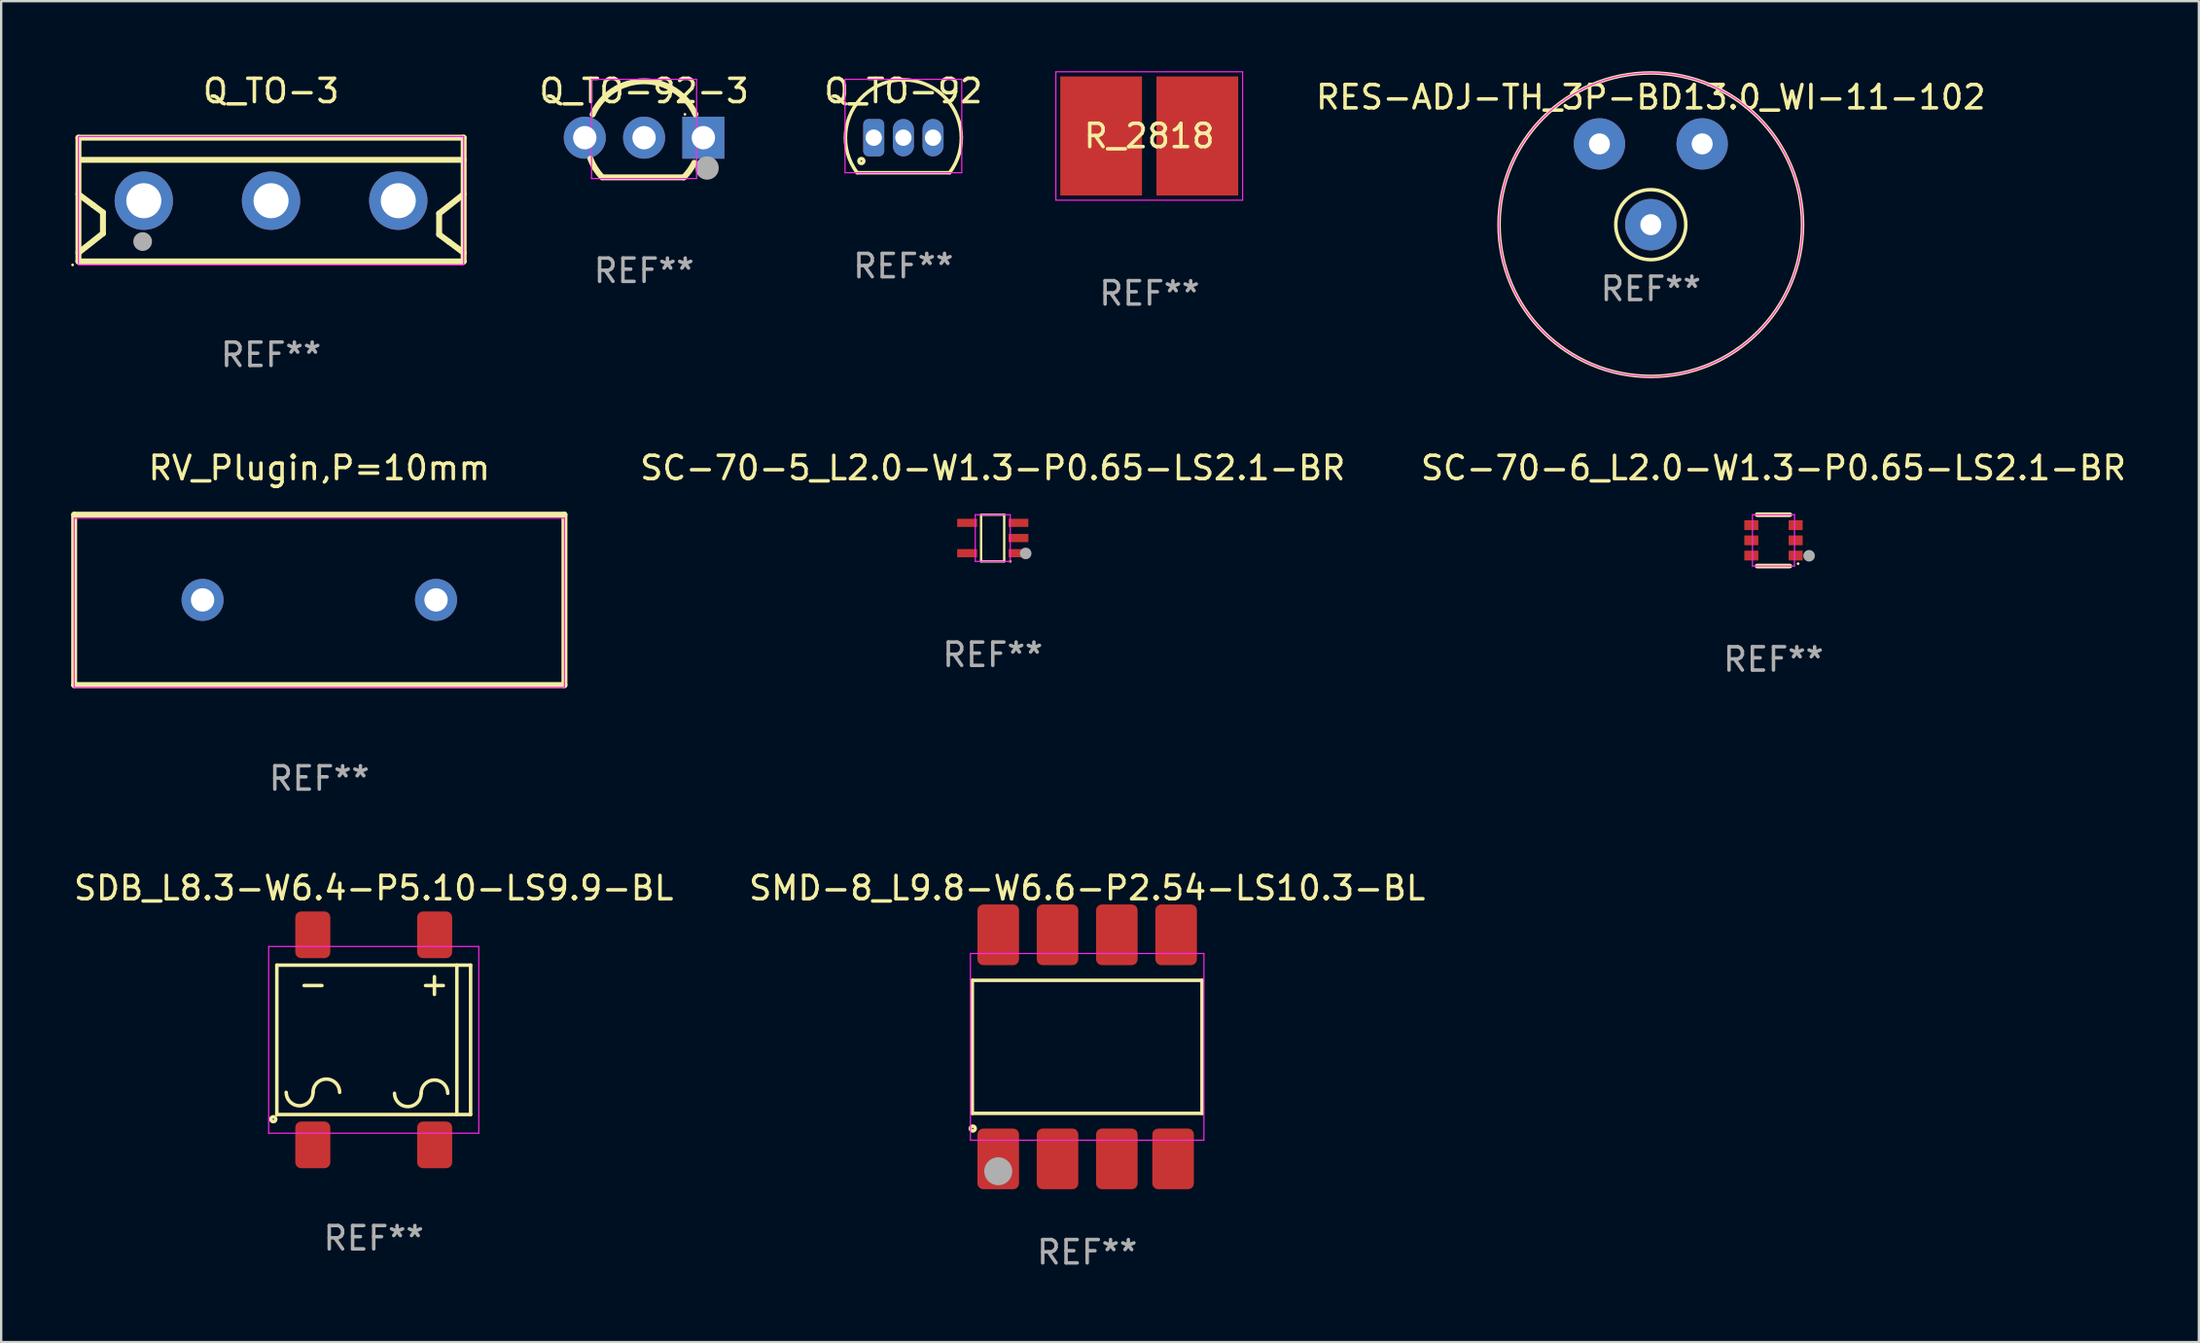
<source format=kicad_pcb>
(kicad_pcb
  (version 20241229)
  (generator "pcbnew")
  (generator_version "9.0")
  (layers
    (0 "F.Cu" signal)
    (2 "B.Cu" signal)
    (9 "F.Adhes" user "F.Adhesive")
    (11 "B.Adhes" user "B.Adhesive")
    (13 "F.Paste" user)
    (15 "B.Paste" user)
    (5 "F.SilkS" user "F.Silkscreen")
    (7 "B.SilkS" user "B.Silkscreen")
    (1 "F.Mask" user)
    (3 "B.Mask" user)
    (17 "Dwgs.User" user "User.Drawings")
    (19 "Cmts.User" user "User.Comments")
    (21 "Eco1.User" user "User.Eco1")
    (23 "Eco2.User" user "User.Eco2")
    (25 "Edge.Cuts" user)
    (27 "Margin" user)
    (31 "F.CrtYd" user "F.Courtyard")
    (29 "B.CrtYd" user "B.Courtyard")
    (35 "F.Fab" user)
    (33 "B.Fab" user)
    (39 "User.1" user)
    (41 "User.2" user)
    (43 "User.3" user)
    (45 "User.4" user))
  (footprint "SC-70-5_L2.0-W1.3-P0.65-LS2.1-BR"
    (layer "F.Cu")
    (at 39.474 19.998)
    (property "Reference" "SC-70-5_L2.0-W1.3-P0.65-LS2.1-BR" (at 0 -3 0) (layer "F.SilkS") (effects (font (size 1 1) (thickness 0.15))))
    (attr smd)
    (fp_line (start -0.5 -0.99) (end -0.5 1) (stroke (width 0.1) (type solid)) (layer "F.SilkS"))
    (fp_line (start -0.5 1) (end 0.49 1) (stroke (width 0.1) (type solid)) (layer "F.SilkS"))
    (fp_line (start -0.49 -1) (end -0.5 -0.99) (stroke (width 0.1) (type solid)) (layer "F.SilkS"))
    (fp_line (start 0.49 -1) (end -0.49 -1) (stroke (width 0.1) (type solid)) (layer "F.SilkS"))
    (fp_line (start 0.49 1) (end 0.49 -1) (stroke (width 0.1) (type solid)) (layer "F.SilkS"))
    (fp_circle (center 0.75 1) (end 0.78 1) (stroke (width 0.06) (type solid)) (fill no) (layer "F.SilkS"))
    (fp_line (start -0.75 -1) (end 0.75 -1) (stroke (width 0.05) (type default)) (layer "F.CrtYd"))
    (fp_line (start -0.75 1) (end -0.75 -1) (stroke (width 0.05) (type default)) (layer "F.CrtYd"))
    (fp_line (start 0.75 -1) (end 0.75 1) (stroke (width 0.05) (type default)) (layer "F.CrtYd"))
    (fp_line (start 0.75 1) (end -0.75 1) (stroke (width 0.05) (type default)) (layer "F.CrtYd"))
    (fp_circle (center 1.41 0.66) (end 1.535 0.66) (stroke (width 0.25) (type solid)) (fill no) (layer "F.Fab"))
    (fp_text user "REF**" (at 0 5 0) (layer "F.Fab") (effects (font (size 1 1) (thickness 0.15))))
    (pad "1" smd rect (at 1.1 0.65 90) (size 0.35 0.85) (layers "F.Cu" "F.Mask" "F.Paste"))
    (pad "2" smd rect (at 1.1 0 90) (size 0.35 0.85) (layers "F.Cu" "F.Mask" "F.Paste"))
    (pad "3" smd rect (at 1.1 -0.65 90) (size 0.35 0.85) (layers "F.Cu" "F.Mask" "F.Paste"))
    (pad "4" smd rect (at -1.1 -0.65 90) (size 0.35 0.85) (layers "F.Cu" "F.Mask" "F.Paste"))
    (pad "5" smd rect (at -1.1 0.65 90) (size 0.35 0.85) (layers "F.Cu" "F.Mask" "F.Paste")))
  (footprint "SMD-8_L9.8-W6.6-P2.54-LS10.3-BL"
    (layer "F.Cu")
    (at 43.518 41.795)
    (property "Reference" "SMD-8_L9.8-W6.6-P2.54-LS10.3-BL" (at 0 -6.8 0) (layer "F.SilkS") (effects (font (size 1 1) (thickness 0.15))))
    (attr smd)
    (fp_line (start -4.92 -2.85) (end 4.92 -2.85) (stroke (width 0.15) (type solid)) (layer "F.SilkS"))
    (fp_line (start -4.92 2.85) (end -4.92 -2.85) (stroke (width 0.15) (type solid)) (layer "F.SilkS"))
    (fp_line (start 4.92 -2.85) (end 4.92 2.85) (stroke (width 0.15) (type solid)) (layer "F.SilkS"))
    (fp_line (start 4.92 2.85) (end -4.92 2.85) (stroke (width 0.15) (type solid)) (layer "F.SilkS"))
    (fp_circle (center -4.9 3.5) (end -4.87 3.5) (stroke (width 0.15) (type solid)) (fill no) (layer "F.SilkS"))
    (fp_line (start -5 -4) (end -5 4) (stroke (width 0.05) (type default)) (layer "F.CrtYd"))
    (fp_line (start -5 4) (end 5 4) (stroke (width 0.05) (type default)) (layer "F.CrtYd"))
    (fp_line (start 5 -4) (end -5 -4) (stroke (width 0.05) (type default)) (layer "F.CrtYd"))
    (fp_line (start 5 4) (end 5 -4) (stroke (width 0.05) (type default)) (layer "F.CrtYd"))
    (fp_circle (center -3.81 5.33) (end -3.51 5.33) (stroke (width 0.6) (type solid)) (fill no) (layer "F.Fab"))
    (fp_text user "REF**" (at 0 8.8 0) (layer "F.Fab") (effects (font (size 1 1) (thickness 0.15))))
    (pad "1" smd roundrect (at -3.81 4.8) (size 1.78 2.6) (layers "F.Cu" "F.Mask" "F.Paste") (roundrect_rratio 0.14))
    (pad "2" smd roundrect (at -1.27 4.8) (size 1.78 2.6) (layers "F.Cu" "F.Mask" "F.Paste") (roundrect_rratio 0.14))
    (pad "3" smd roundrect (at 1.27 4.8) (size 1.78 2.6) (layers "F.Cu" "F.Mask" "F.Paste") (roundrect_rratio 0.14))
    (pad "4" smd roundrect (at 3.68 4.8) (size 1.78 2.6) (layers "F.Cu" "F.Mask" "F.Paste") (roundrect_rratio 0.14))
    (pad "5" smd roundrect (at 3.81 -4.8) (size 1.78 2.6) (layers "F.Cu" "F.Mask" "F.Paste") (roundrect_rratio 0.14))
    (pad "6" smd roundrect (at 1.27 -4.8) (size 1.78 2.6) (layers "F.Cu" "F.Mask" "F.Paste") (roundrect_rratio 0.14))
    (pad "7" smd roundrect (at -1.27 -4.8) (size 1.78 2.6) (layers "F.Cu" "F.Mask" "F.Paste") (roundrect_rratio 0.14))
    (pad "8" smd roundrect (at -3.81 -4.8) (size 1.78 2.6) (layers "F.Cu" "F.Mask" "F.Paste") (roundrect_rratio 0.14)))
  (footprint "Q_TO-92-3"
    (layer "F.Cu")
    (at 24.538 2.848)
    (property "Reference" "Q_TO-92-3" (at 0 -2 0) (layer "F.SilkS") (effects (font (size 1 1) (thickness 0.15))))
    (attr through_hole)
    (fp_line (start -1.781 1.7) (end 1.7 1.7) (stroke (width 0.254) (type solid)) (layer "F.SilkS"))
    (fp_arc (start -2.203759 -0.991694) (mid -0.004559 -2.416604) (end 2.2 -1) (stroke (width 0.254) (type solid)) (layer "F.SilkS"))
    (fp_arc (start -1.798527 1.692736) (mid -2.087244 1.320394) (end -2.3 0.9) (stroke (width 0.254) (type solid)) (layer "F.SilkS"))
    (fp_arc (start 2.150343 1.075184) (mid 1.950355 1.405743) (end 1.7 1.7) (stroke (width 0.254) (type solid)) (layer "F.SilkS"))
    (fp_circle (center 1.75 -1) (end 1.78 -1) (stroke (width 0.06) (type solid)) (fill no) (layer "F.SilkS"))
    (fp_line (start -2.25 -2.5) (end -2.25 1.75) (stroke (width 0.05) (type default)) (layer "F.CrtYd"))
    (fp_line (start -2.25 1.75) (end 2.25 1.75) (stroke (width 0.05) (type default)) (layer "F.CrtYd"))
    (fp_line (start 2.25 -2.5) (end -2.25 -2.5) (stroke (width 0.05) (type default)) (layer "F.CrtYd"))
    (fp_line (start 2.25 1.75) (end 2.25 -2.5) (stroke (width 0.05) (type default)) (layer "F.CrtYd"))
    (fp_circle (center 2.7 1.3) (end 2.95 1.3) (stroke (width 0.5) (type solid)) (fill no) (layer "F.Fab"))
    (fp_text user "REF**" (at 0 5.7 0) (layer "F.Fab") (effects (font (size 1 1) (thickness 0.15))))
    (pad "1" thru_hole rect (at 2.54 0 270) (size 1.8 1.8) (drill 1) (layers "*.Cu" "*.Mask"))
    (pad "2" thru_hole circle (at 0 0) (size 1.8 1.8) (drill 1) (layers "*.Cu" "*.Mask"))
    (pad "3" thru_hole circle (at -2.54 0) (size 1.8 1.8) (drill 1) (layers "*.Cu" "*.Mask")))
  (footprint "SC-70-6_L2.0-W1.3-P0.65-LS2.1-BR"
    (layer "F.Cu")
    (at 72.915 20.098)
    (property "Reference" "SC-70-6_L2.0-W1.3-P0.65-LS2.1-BR" (at 0 -3.1 0) (layer "F.SilkS") (effects (font (size 1 1) (thickness 0.15))))
    (attr smd)
    (fp_line (start -0.7 -1.1) (end 0.7 -1.1) (stroke (width 0.2) (type solid)) (layer "F.SilkS"))
    (fp_line (start -0.7 1.1) (end 0.7 1.1) (stroke (width 0.2) (type solid)) (layer "F.SilkS"))
    (fp_circle (center 1.053 1) (end 1.083 1) (stroke (width 0.06) (type solid)) (fill no) (layer "F.SilkS"))
    (fp_line (start -0.9 -1.1) (end 0.9 -1.1) (stroke (width 0.05) (type default)) (layer "F.CrtYd"))
    (fp_line (start -0.9 1.1) (end -0.9 -1.1) (stroke (width 0.05) (type default)) (layer "F.CrtYd"))
    (fp_line (start 0.9 -1.1) (end 0.9 1.1) (stroke (width 0.05) (type default)) (layer "F.CrtYd"))
    (fp_line (start 0.9 1.1) (end -0.9 1.1) (stroke (width 0.05) (type default)) (layer "F.CrtYd"))
    (fp_circle (center 1.524 0.66) (end 1.649 0.66) (stroke (width 0.25) (type solid)) (fill no) (layer "F.Fab"))
    (fp_text user "REF**" (at 0 5.1 0) (layer "F.Fab") (effects (font (size 1 1) (thickness 0.15))))
    (pad "1" smd rect (at 0.95 0.65 90) (size 0.42 0.6) (layers "F.Cu" "F.Mask" "F.Paste"))
    (pad "2" smd rect (at 0.95 0 90) (size 0.42 0.6) (layers "F.Cu" "F.Mask" "F.Paste"))
    (pad "3" smd rect (at 0.95 -0.65 90) (size 0.42 0.6) (layers "F.Cu" "F.Mask" "F.Paste"))
    (pad "4" smd rect (at -0.95 -0.65 270) (size 0.42 0.6) (layers "F.Cu" "F.Mask" "F.Paste"))
    (pad "5" smd rect (at -0.95 0 270) (size 0.42 0.6) (layers "F.Cu" "F.Mask" "F.Paste"))
    (pad "6" smd rect (at -0.95 0.65 270) (size 0.42 0.6) (layers "F.Cu" "F.Mask" "F.Paste")))
  (footprint "Q_TO-3"
    (layer "F.Cu")
    (at 8.56 5.548)
    (property "Reference" "Q_TO-3" (at 0 -4.7 0) (layer "F.SilkS") (effects (font (size 1 1) (thickness 0.15))))
    (attr through_hole)
    (fp_line (start -8.25 -2.7) (end 8.25 -2.7) (stroke (width 0.254) (type solid)) (layer "F.SilkS"))
    (fp_line (start -8.25 2.601) (end -8.25 -2.7) (stroke (width 0.254) (type solid)) (layer "F.SilkS"))
    (fp_line (start -8.249 -0.278) (end -7.625 0.187) (stroke (width 0.254) (type solid)) (layer "F.SilkS"))
    (fp_line (start -8.1 -1.75) (end 8.25 -1.75) (stroke (width 0.254) (type solid)) (layer "F.SilkS"))
    (fp_line (start -7.625 0.187) (end -7.2 0.502) (stroke (width 0.254) (type solid)) (layer "F.SilkS"))
    (fp_line (start -7.2 0.502) (end -7.2 1.401) (stroke (width 0.254) (type solid)) (layer "F.SilkS"))
    (fp_line (start -7.2 1.401) (end -8.249 2.229) (stroke (width 0.254) (type solid)) (layer "F.SilkS"))
    (fp_line (start 7.201 0.548) (end 8.249 -0.279) (stroke (width 0.254) (type solid)) (layer "F.SilkS"))
    (fp_line (start 7.201 1.447) (end 7.201 0.548) (stroke (width 0.254) (type solid)) (layer "F.SilkS"))
    (fp_line (start 7.625 1.762) (end 7.201 1.447) (stroke (width 0.254) (type solid)) (layer "F.SilkS"))
    (fp_line (start 8.249 2.227) (end 7.625 1.762) (stroke (width 0.254) (type solid)) (layer "F.SilkS"))
    (fp_line (start 8.25 -2.7) (end 8.25 2.601) (stroke (width 0.254) (type solid)) (layer "F.SilkS"))
    (fp_line (start 8.25 2.601) (end -8.25 2.601) (stroke (width 0.254) (type solid)) (layer "F.SilkS"))
    (fp_circle (center -8.5 2.75) (end -8.47 2.75) (stroke (width 0.06) (type solid)) (fill no) (layer "F.SilkS"))
    (fp_line (start -8.25 -2.75) (end 8.25 -2.75) (stroke (width 0.05) (type default)) (layer "F.CrtYd"))
    (fp_line (start -8.25 2.75) (end -8.25 -2.75) (stroke (width 0.05) (type default)) (layer "F.CrtYd"))
    (fp_line (start 8.25 -2.75) (end 8.25 2.75) (stroke (width 0.05) (type default)) (layer "F.CrtYd"))
    (fp_line (start 8.25 2.75) (end -8.25 2.75) (stroke (width 0.05) (type default)) (layer "F.CrtYd"))
    (fp_circle (center -5.5 1.75) (end -5.3 1.75) (stroke (width 0.4) (type solid)) (fill no) (layer "F.Fab"))
    (fp_text user "REF**" (at 0 6.601 0) (layer "F.Fab") (effects (font (size 1 1) (thickness 0.15))))
    (pad "1" thru_hole circle (at -5.45 0) (size 2.5 2.5) (drill 1.5) (layers "*.Cu" "*.Mask"))
    (pad "2" thru_hole circle (at 0 0) (size 2.5 2.5) (drill 1.5) (layers "*.Cu" "*.Mask"))
    (pad "3" thru_hole circle (at 5.45 0) (size 2.5 2.5) (drill 1.5) (layers "*.Cu" "*.Mask")))
  (footprint "SDB_L8.3-W6.4-P5.10-LS9.9-BL"
    (layer "F.Cu")
    (at 12.958 41.495)
    (property "Reference" "SDB_L8.3-W6.4-P5.10-LS9.9-BL" (at 0 -6.5 0) (layer "F.SilkS") (effects (font (size 1 1) (thickness 0.15))))
    (attr smd)
    (fp_line (start -4.15 -3.2) (end -4.15 3.2) (stroke (width 0.15) (type solid)) (layer "F.SilkS"))
    (fp_line (start -4.15 -3.2) (end 4.15 -3.2) (stroke (width 0.15) (type solid)) (layer "F.SilkS"))
    (fp_line (start -4.15 3.2) (end 4.15 3.2) (stroke (width 0.15) (type solid)) (layer "F.SilkS"))
    (fp_line (start 3.56 -3.2) (end 3.56 3.2) (stroke (width 0.15) (type solid)) (layer "F.SilkS"))
    (fp_line (start 4.15 -3.2) (end 4.15 3.2) (stroke (width 0.15) (type solid)) (layer "F.SilkS"))
    (fp_arc (start -2.6 2.25) (mid -3.175 2.825) (end -3.75 2.25) (stroke (width 0.15) (type solid)) (layer "F.SilkS"))
    (fp_arc (start -2.6 2.25) (mid -2.03 1.68) (end -1.46 2.25) (stroke (width 0.15) (type solid)) (layer "F.SilkS"))
    (fp_arc (start 2.03 2.29) (mid 1.46 2.86) (end 0.89 2.29) (stroke (width 0.15) (type solid)) (layer "F.SilkS"))
    (fp_arc (start 2.03 2.29) (mid 2.6 1.72) (end 3.17 2.29) (stroke (width 0.15) (type solid)) (layer "F.SilkS"))
    (fp_circle (center -4.3 3.4) (end -4.27 3.4) (stroke (width 0.15) (type solid)) (fill no) (layer "F.SilkS"))
    (fp_line (start -4.5 -4) (end 4.5 -4) (stroke (width 0.05) (type default)) (layer "F.CrtYd"))
    (fp_line (start -4.5 4) (end -4.5 -4) (stroke (width 0.05) (type default)) (layer "F.CrtYd"))
    (fp_line (start 4.5 -4) (end 4.5 4) (stroke (width 0.05) (type default)) (layer "F.CrtYd"))
    (fp_line (start 4.5 4) (end -4.5 4) (stroke (width 0.05) (type default)) (layer "F.CrtYd"))
    (fp_text user "-" (at -2.6 -2.4 0) (layer "F.SilkS") (effects (font (size 1 1) (thickness 0.15))))
    (fp_text user "+" (at 2.6 -2.4 0) (layer "F.SilkS") (effects (font (size 1 1) (thickness 0.15))))
    (fp_text user "REF**" (at 0 8.5 0) (layer "F.Fab") (effects (font (size 1 1) (thickness 0.15))))
    (pad "1" smd roundrect (at -2.61 4.5 90) (size 2 1.5) (layers "F.Cu" "F.Mask" "F.Paste") (roundrect_rratio 0.167))
    (pad "2" smd roundrect (at 2.61 4.5 90) (size 2 1.5) (layers "F.Cu" "F.Mask" "F.Paste") (roundrect_rratio 0.167))
    (pad "3" smd roundrect (at 2.61 -4.5 90) (size 2 1.5) (layers "F.Cu" "F.Mask" "F.Paste") (roundrect_rratio 0.167))
    (pad "4" smd roundrect (at -2.61 -4.5 90) (size 2 1.5) (layers "F.Cu" "F.Mask" "F.Paste") (roundrect_rratio 0.167)))
  (footprint "R_2818"
    (layer "F.Cu")
    (at 46.176 2.775)
    (property "Reference" "R_2818" (at 0 0 0) (layer "F.SilkS") (effects (font (size 1 1) (thickness 0.15))))
    (attr smd)
    (fp_line (start -4 -2.75) (end 4 -2.75) (stroke (width 0.05) (type default)) (layer "F.CrtYd"))
    (fp_line (start -4 2.75) (end -4 -2.75) (stroke (width 0.05) (type default)) (layer "F.CrtYd"))
    (fp_line (start 4 -2.75) (end 4 2.75) (stroke (width 0.05) (type default)) (layer "F.CrtYd"))
    (fp_line (start 4 2.75) (end -4 2.75) (stroke (width 0.05) (type default)) (layer "F.CrtYd"))
    (fp_text user "REF**" (at 0.013 6.743 0) (layer "F.Fab") (effects (font (size 1 1) (thickness 0.15))))
    (pad "1" smd rect (at -2.06 0 90) (size 5.1 3.5) (layers "F.Cu" "F.Mask" "F.Paste"))
    (pad "2" smd rect (at 2.06 0 90) (size 5.1 3.5) (layers "F.Cu" "F.Mask" "F.Paste")))
  (footprint "Q_TO-92"
    (layer "F.Cu")
    (at 35.645 2.848)
    (property "Reference" "Q_TO-92" (at 0 -2 0) (layer "F.SilkS") (effects (font (size 1 1) (thickness 0.15))))
    (attr through_hole)
    (fp_line (start 1.98 1.5) (end -1.98 1.5) (stroke (width 0.15) (type solid)) (layer "F.SilkS"))
    (fp_arc (start -1.98 1.5) (mid 0 -2.48) (end 1.98 1.5) (stroke (width 0.15) (type solid)) (layer "F.SilkS"))
    (fp_circle (center -1.8 1) (end -1.77 1) (stroke (width 0.15) (type solid)) (fill no) (layer "F.SilkS"))
    (fp_line (start -2.5 -2.5) (end -2.5 1.5) (stroke (width 0.05) (type default)) (layer "F.CrtYd"))
    (fp_line (start -2.5 1.5) (end 2.5 1.5) (stroke (width 0.05) (type default)) (layer "F.CrtYd"))
    (fp_line (start 2.5 -2.5) (end -2.5 -2.5) (stroke (width 0.05) (type default)) (layer "F.CrtYd"))
    (fp_line (start 2.5 1.5) (end 2.5 -2.5) (stroke (width 0.05) (type default)) (layer "F.CrtYd"))
    (fp_text user "REF**" (at 0 5.5 0) (layer "F.Fab") (effects (font (size 1 1) (thickness 0.15))))
    (pad "1" thru_hole roundrect (at -1.27 0) (size 0.9 1.6) (drill 0.7) (layers "*.Cu" "*.Mask") (roundrect_rratio 0.25))
    (pad "2" thru_hole oval (at 0 0) (size 0.9 1.6) (drill 0.7) (layers "*.Cu" "*.Mask"))
    (pad "3" thru_hole oval (at 1.27 0) (size 0.9 1.6) (drill 0.7) (layers "*.Cu" "*.Mask")))
  (footprint "RV_Plugin,P=10mm"
    (layer "F.Cu")
    (at 10.627 22.648)
    (property "Reference" "RV_Plugin,P=10mm" (at 0 -5.65 0) (layer "F.SilkS") (effects (font (size 1 1) (thickness 0.15))))
    (attr through_hole)
    (fp_line (start -10.5 -3.65) (end 10.5 -3.65) (stroke (width 0.254) (type solid)) (layer "F.SilkS"))
    (fp_line (start -10.5 3.65) (end -10.5 -3.65) (stroke (width 0.254) (type solid)) (layer "F.SilkS"))
    (fp_line (start -10.5 3.65) (end 10.5 3.65) (stroke (width 0.254) (type solid)) (layer "F.SilkS"))
    (fp_line (start 10.5 3.65) (end 10.5 -3.65) (stroke (width 0.254) (type solid)) (layer "F.SilkS"))
    (fp_circle (center -10.5 3.65) (end -10.47 3.65) (stroke (width 0.06) (type solid)) (fill no) (layer "F.SilkS"))
    (fp_line (start -10.5 -3.5) (end 10.5 -3.5) (stroke (width 0.05) (type default)) (layer "F.CrtYd"))
    (fp_line (start -10.5 3.75) (end -10.5 -3.5) (stroke (width 0.05) (type default)) (layer "F.CrtYd"))
    (fp_line (start 10.5 -3.5) (end 10.5 3.75) (stroke (width 0.05) (type default)) (layer "F.CrtYd"))
    (fp_line (start 10.5 3.75) (end -10.5 3.75) (stroke (width 0.05) (type default)) (layer "F.CrtYd"))
    (fp_text user "REF**" (at 0 7.65 0) (layer "F.Fab") (effects (font (size 1 1) (thickness 0.15))))
    (pad "1" thru_hole circle (at -5 0) (size 1.8 1.8) (drill 1) (layers "*.Cu" "*.Mask"))
    (pad "2" thru_hole circle (at 5 0) (size 1.8 1.8) (drill 1) (layers "*.Cu" "*.Mask")))
  (footprint "RES-ADJ-TH_3P-BD13.0_WI-11-102"
    (layer "F.Cu")
    (at 67.66 6.575)
    (property "Reference" "RES-ADJ-TH_3P-BD13.0_WI-11-102" (at 0 -5.46 0) (layer "F.SilkS") (effects (font (size 1 1) (thickness 0.15))))
    (attr through_hole)
    (fp_circle (center 0 0) (end 1.5 0) (stroke (width 0.15) (type solid)) (fill no) (layer "F.SilkS"))
    (fp_circle (center 0 0) (end 6.5 0) (stroke (width 0.15) (type solid)) (fill no) (layer "F.SilkS"))
    (fp_circle (center 0 0) (end 0 -6.5) (stroke (width 0.05) (type default)) (fill no) (layer "F.CrtYd"))
    (fp_text user "REF**" (at 0 2.75 0) (layer "F.Fab") (effects (font (size 1 1) (thickness 0.15))))
    (pad "1" thru_hole circle (at -2.2 -3.46) (size 2.2 2.2) (drill 0.9) (layers "*.Cu" "*.Mask"))
    (pad "2" thru_hole circle (at 0 0) (size 2.2 2.2) (drill 0.9) (layers "*.Cu" "*.Mask"))
    (pad "3" thru_hole circle (at 2.2 -3.46) (size 2.2 2.2) (drill 0.9) (layers "*.Cu" "*.Mask")))
  (gr_rect
    (start -3 -3)
    (end 91.135 54.443)
    (stroke (width 0.1) (type default))
    (fill no)
    (layer "Edge.Cuts")))
</source>
